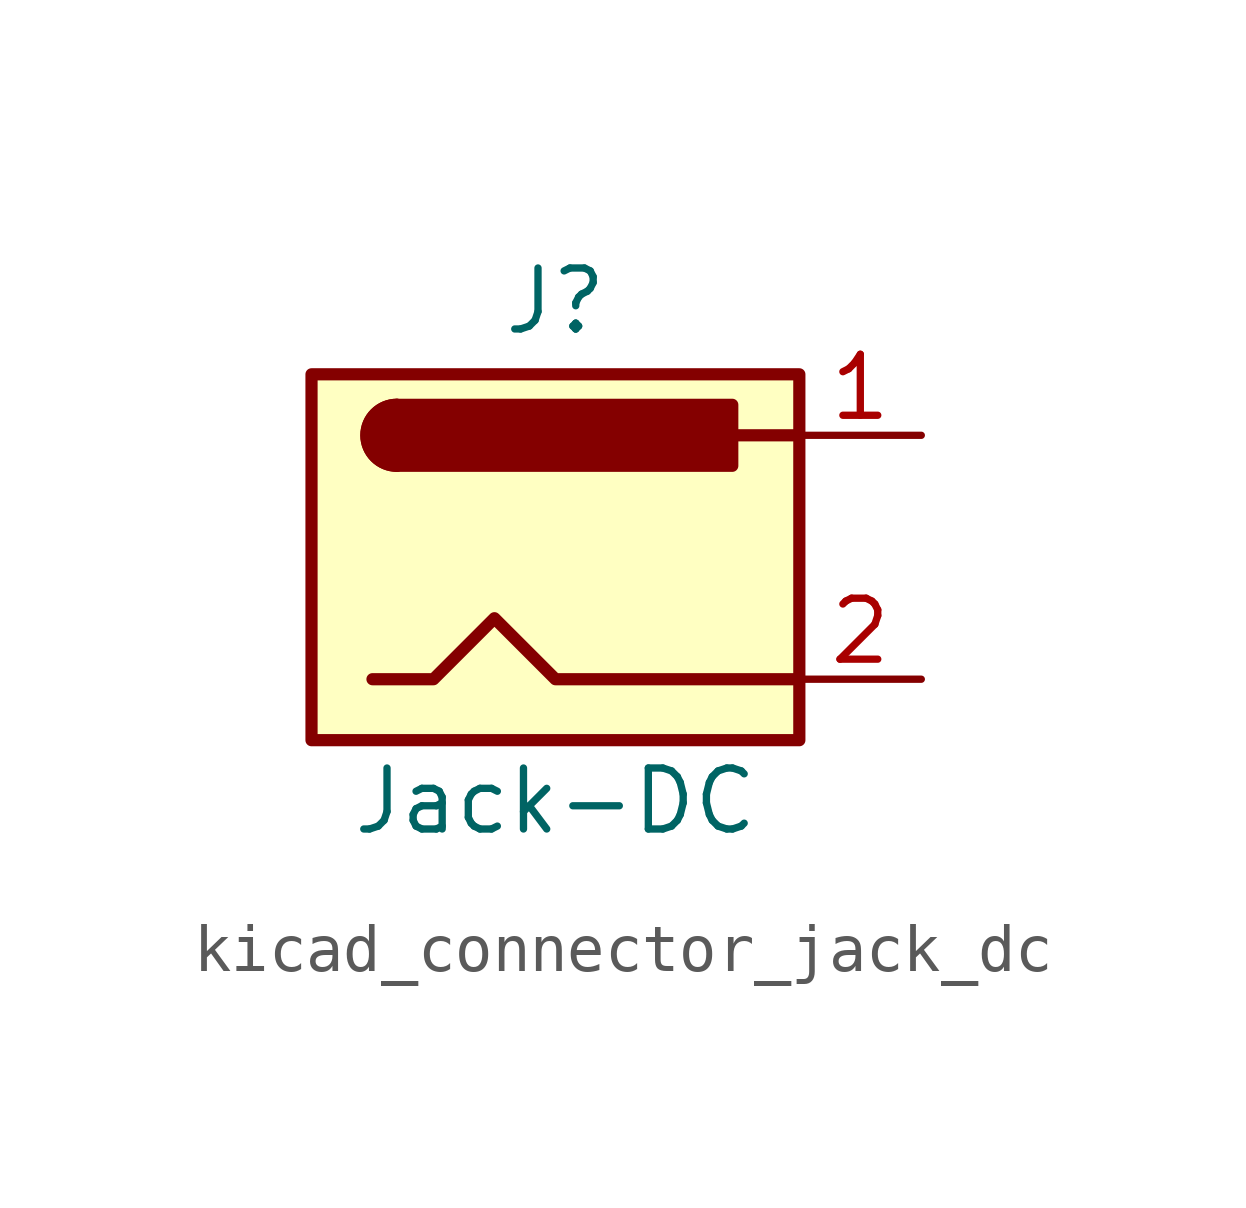
<source format=kicad_sym>
(kicad_symbol_lib
  (version 20220914)
  (generator kicad_symbol_editor)
  (symbol "kicad_connector_jack_dc"
    (pin_names
      (offset 1.016))
    (property "Reference" "J"
      (at 0 5.334 0)
      (effects (font (size 1.27 1.27))))
    (property "Value" "Jack-DC"
      (at 0 -5.08 0)
      (effects (font (size 1.27 1.27))))
    (symbol "kicad_connector_jack_dc_0_1"
      (rectangle (start -5.08 3.81) (end 5.08 -3.81) (stroke (width 0.254) (type default)) (fill (type background)))
      (arc (start -3.302 3.175) (mid -3.9343 2.54) (end -3.302 1.905) (stroke (width 0.254) (type default)) (fill (type none)))
      (arc (start -3.302 3.175) (mid -3.9343 2.54) (end -3.302 1.905) (stroke (width 0.254) (type default)) (fill (type outline)))
      (polyline (pts (xy 5.08 2.54) (xy 3.81 2.54)) (stroke (width 0.254) (type default)) (fill (type none)))
      (polyline (pts (xy -3.81 -2.54) (xy -2.54 -2.54) (xy -1.27 -1.27) (xy 0 -2.54) (xy 2.54 -2.54) (xy 5.08 -2.54)) (stroke (width 0.254) (type default)) (fill (type none)))
      (rectangle (start 3.683 3.175) (end -3.302 1.905) (stroke (width 0.254) (type default)) (fill (type outline))))
    (symbol "kicad_connector_jack_dc_1_1"
      (pin passive line (at 7.62 2.54 180) (length 2.54) (name "~" (effects (font (size 1.27 1.27)))) (number "1" (effects (font (size 1.27 1.27)))))
      (pin passive line (at 7.62 -2.54 180) (length 2.54) (name "~" (effects (font (size 1.27 1.27)))) (number "2" (effects (font (size 1.27 1.27))))))))
</source>
